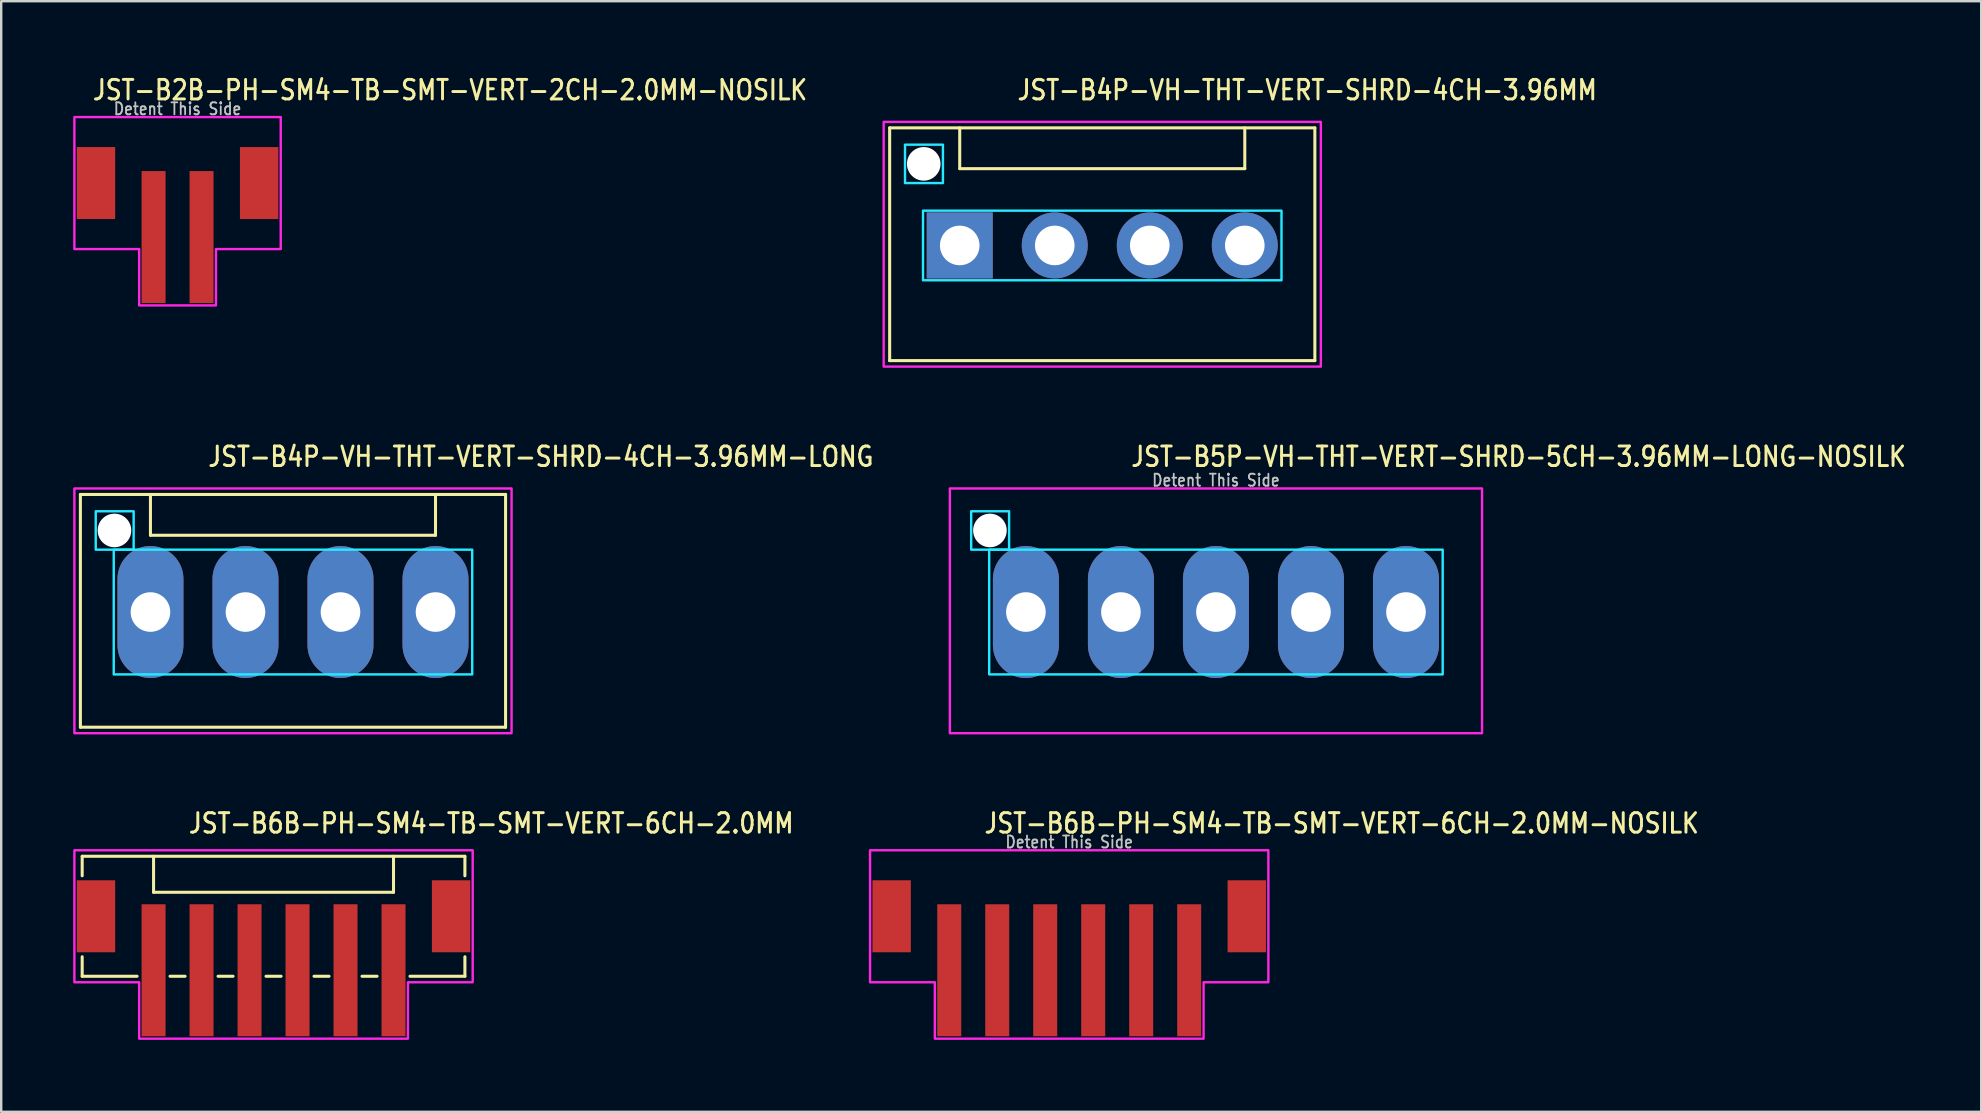
<source format=kicad_pcb>
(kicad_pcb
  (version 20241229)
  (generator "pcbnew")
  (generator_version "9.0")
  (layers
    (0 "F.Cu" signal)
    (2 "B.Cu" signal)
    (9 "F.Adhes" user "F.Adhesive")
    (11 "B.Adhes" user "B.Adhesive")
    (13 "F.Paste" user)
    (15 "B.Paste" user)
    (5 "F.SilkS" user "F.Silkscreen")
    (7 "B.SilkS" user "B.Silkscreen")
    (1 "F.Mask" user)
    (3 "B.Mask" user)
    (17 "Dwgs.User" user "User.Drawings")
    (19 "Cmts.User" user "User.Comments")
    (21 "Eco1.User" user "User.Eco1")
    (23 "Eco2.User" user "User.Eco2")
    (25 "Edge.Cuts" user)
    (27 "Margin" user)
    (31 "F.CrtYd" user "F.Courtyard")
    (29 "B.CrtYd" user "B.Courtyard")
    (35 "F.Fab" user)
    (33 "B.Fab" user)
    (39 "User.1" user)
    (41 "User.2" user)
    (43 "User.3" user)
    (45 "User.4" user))
  (footprint "JST-B5P-VH-THT-VERT-SHRD-5CH-3.96MM-LONG-NOSILK"
    (layer "F.Cu")
    (at 47.625 22.457)
    (property "Reference" "JST-B5P-VH-THT-VERT-SHRD-5CH-3.96MM-LONG-NOSILK" (at -3.6 -6 0) (unlocked yes) (layer "F.SilkS") (effects (font (size 0.813 0.695) (thickness 0.122)) (justify left bottom)))
    (fp_poly (pts (xy -9.45 -2.6) (xy -9.45 2.6) (xy 9.45 2.6) (xy 9.45 -2.6)) (stroke (width 0.1) (type solid)) (fill no) (layer "B.CrtYd"))
    (fp_poly (pts (xy -8.62 -4.2) (xy -8.62 -2.6) (xy -10.2 -2.6) (xy -10.2 -4.2)) (stroke (width 0.1) (type solid)) (fill no) (layer "B.CrtYd"))
    (fp_poly (pts (xy -11.09 -5.15) (xy -11.09 5.05) (xy 11.09 5.05) (xy 11.09 -5.15)) (stroke (width 0.1) (type solid)) (fill no) (layer "F.CrtYd"))
    (fp_text user "Detent This Side" (at 0 -5.2 0) (unlocked yes) (layer "Dwgs.User") (effects (font (size 0.5 0.427) (thickness 0.075)) (justify bottom)))
    (pad "" np_thru_hole circle (at -9.42 -3.4) (size 1.4 1.4) (drill 1.4) (layers "*.Cu" "*.Mask"))
    (pad "P$1" thru_hole oval (at -7.92 0 90) (size 5.5 2.75) (drill 1.65) (layers "*.Cu" "*.Mask"))
    (pad "P$2" thru_hole oval (at -3.96 0 90) (size 5.5 2.75) (drill 1.65) (layers "*.Cu" "*.Mask"))
    (pad "P$3" thru_hole oval (at 0 0 90) (size 5.5 2.75) (drill 1.65) (layers "*.Cu" "*.Mask"))
    (pad "P$4" thru_hole oval (at 3.96 0 90) (size 5.5 2.75) (drill 1.65) (layers "*.Cu" "*.Mask"))
    (pad "P$5" thru_hole oval (at 7.92 0 90) (size 5.5 2.75) (drill 1.65) (layers "*.Cu" "*.Mask")))
  (footprint "JST-B2B-PH-SM4-TB-SMT-VERT-2CH-2.0MM-NOSILK"
    (layer "F.Cu")
    (at 4.35 4.579)
    (property "Reference" "JST-B2B-PH-SM4-TB-SMT-VERT-2CH-2.0MM-NOSILK" (at -3.6 -3.4 0) (unlocked yes) (layer "F.SilkS") (effects (font (size 0.813 0.695) (thickness 0.122)) (justify left bottom)))
    (fp_poly (pts (xy -4.3 -2.75) (xy -4.3 2.75) (xy -1.6 2.75) (xy -1.6 5.1) (xy 1.6 5.1) (xy 1.6 2.75) (xy 4.3 2.75) (xy 4.3 -2.75)) (stroke (width 0.1) (type solid)) (fill no) (layer "F.CrtYd"))
    (fp_text user "Detent This Side" (at 0 -2.8 0) (unlocked yes) (layer "Dwgs.User") (effects (font (size 0.5 0.427) (thickness 0.075)) (justify bottom)))
    (pad "P$1" smd rect (at -1 2.25) (size 1 5.5) (layers "F.Cu" "F.Mask" "F.Paste"))
    (pad "P$2" smd rect (at 1 2.25) (size 1 5.5) (layers "F.Cu" "F.Mask" "F.Paste"))
    (pad "S$1" smd rect (at -3.4 0) (size 1.6 3) (layers "F.Cu" "F.Mask" "F.Paste"))
    (pad "S$2" smd rect (at 3.4 0) (size 1.6 3) (layers "F.Cu" "F.Mask" "F.Paste")))
  (footprint "JST-B6B-PH-SM4-TB-SMT-VERT-6CH-2.0MM-NOSILK"
    (layer "F.Cu")
    (at 41.51 35.136)
    (property "Reference" "JST-B6B-PH-SM4-TB-SMT-VERT-6CH-2.0MM-NOSILK" (at -3.6 -3.4 0) (unlocked yes) (layer "F.SilkS") (effects (font (size 0.813 0.695) (thickness 0.122)) (justify left bottom)))
    (fp_poly (pts (xy -8.3 -2.75) (xy -8.3 2.75) (xy -5.6 2.75) (xy -5.6 5.1) (xy 5.6 5.1) (xy 5.6 2.75) (xy 8.3 2.75) (xy 8.3 -2.75)) (stroke (width 0.1) (type solid)) (fill no) (layer "F.CrtYd"))
    (fp_text user "Detent This Side" (at 0 -2.8 0) (unlocked yes) (layer "Dwgs.User") (effects (font (size 0.5 0.427) (thickness 0.075)) (justify bottom)))
    (pad "P$1" smd rect (at -5 2.25) (size 1 5.5) (layers "F.Cu" "F.Mask" "F.Paste"))
    (pad "P$2" smd rect (at -3 2.25) (size 1 5.5) (layers "F.Cu" "F.Mask" "F.Paste"))
    (pad "P$3" smd rect (at -1 2.25) (size 1 5.5) (layers "F.Cu" "F.Mask" "F.Paste"))
    (pad "P$4" smd rect (at 1 2.25) (size 1 5.5) (layers "F.Cu" "F.Mask" "F.Paste"))
    (pad "P$5" smd rect (at 3 2.25) (size 1 5.5) (layers "F.Cu" "F.Mask" "F.Paste"))
    (pad "P$6" smd rect (at 5 2.25) (size 1 5.5) (layers "F.Cu" "F.Mask" "F.Paste"))
    (pad "S$1" smd rect (at -7.4 0) (size 1.6 3) (layers "F.Cu" "F.Mask" "F.Paste"))
    (pad "S$2" smd rect (at 7.4 0) (size 1.6 3) (layers "F.Cu" "F.Mask" "F.Paste")))
  (footprint "JST-B6B-PH-SM4-TB-SMT-VERT-6CH-2.0MM"
    (layer "F.Cu")
    (at 8.35 35.136)
    (property "Reference" "JST-B6B-PH-SM4-TB-SMT-VERT-6CH-2.0MM" (at -3.6 -3.4 0) (unlocked yes) (layer "F.SilkS") (effects (font (size 0.813 0.695) (thickness 0.122)) (justify left bottom)))
    (fp_line (start -7.975 -2.5) (end -7.975 -1.687) (stroke (width 0.127) (type solid)) (layer "F.SilkS"))
    (fp_line (start -7.975 -2.5) (end 7.975 -2.5) (stroke (width 0.127) (type solid)) (layer "F.SilkS"))
    (fp_line (start -7.975 2.5) (end -7.975 1.687) (stroke (width 0.127) (type solid)) (layer "F.SilkS"))
    (fp_line (start -7.975 2.5) (end -5.686 2.5) (stroke (width 0.127) (type solid)) (layer "F.SilkS"))
    (fp_line (start -5 -2.5) (end -5 -1) (stroke (width 0.127) (type solid)) (layer "F.SilkS"))
    (fp_line (start -5 -1) (end 5 -1) (stroke (width 0.127) (type solid)) (layer "F.SilkS"))
    (fp_line (start -4.314 2.5) (end -3.687 2.5) (stroke (width 0.127) (type solid)) (layer "F.SilkS"))
    (fp_line (start -2.313 2.5) (end -1.687 2.5) (stroke (width 0.127) (type solid)) (layer "F.SilkS"))
    (fp_line (start -0.314 2.5) (end 0.314 2.5) (stroke (width 0.127) (type solid)) (layer "F.SilkS"))
    (fp_line (start 1.687 2.5) (end 2.313 2.5) (stroke (width 0.127) (type solid)) (layer "F.SilkS"))
    (fp_line (start 3.687 2.5) (end 4.314 2.5) (stroke (width 0.127) (type solid)) (layer "F.SilkS"))
    (fp_line (start 5 -1) (end 5 -2.5) (stroke (width 0.127) (type solid)) (layer "F.SilkS"))
    (fp_line (start 5.686 2.5) (end 7.975 2.5) (stroke (width 0.127) (type solid)) (layer "F.SilkS"))
    (fp_line (start 7.975 -1.687) (end 7.975 -2.5) (stroke (width 0.127) (type solid)) (layer "F.SilkS"))
    (fp_line (start 7.975 1.687) (end 7.975 2.5) (stroke (width 0.127) (type solid)) (layer "F.SilkS"))
    (fp_poly (pts (xy -8.3 -2.75) (xy -8.3 2.75) (xy -5.6 2.75) (xy -5.6 5.1) (xy 5.6 5.1) (xy 5.6 2.75) (xy 8.3 2.75) (xy 8.3 -2.75)) (stroke (width 0.1) (type solid)) (fill no) (layer "F.CrtYd"))
    (pad "P$1" smd rect (at -5 2.25) (size 1 5.5) (layers "F.Cu" "F.Mask" "F.Paste"))
    (pad "P$2" smd rect (at -3 2.25) (size 1 5.5) (layers "F.Cu" "F.Mask" "F.Paste"))
    (pad "P$3" smd rect (at -1 2.25) (size 1 5.5) (layers "F.Cu" "F.Mask" "F.Paste"))
    (pad "P$4" smd rect (at 1 2.25) (size 1 5.5) (layers "F.Cu" "F.Mask" "F.Paste"))
    (pad "P$5" smd rect (at 3 2.25) (size 1 5.5) (layers "F.Cu" "F.Mask" "F.Paste"))
    (pad "P$6" smd rect (at 5 2.25) (size 1 5.5) (layers "F.Cu" "F.Mask" "F.Paste"))
    (pad "S$1" smd rect (at -7.4 0) (size 1.6 3) (layers "F.Cu" "F.Mask" "F.Paste"))
    (pad "S$2" smd rect (at 7.4 0) (size 1.6 3) (layers "F.Cu" "F.Mask" "F.Paste")))
  (footprint "JST-B4P-VH-THT-VERT-SHRD-4CH-3.96MM-LONG"
    (layer "F.Cu")
    (at 9.16 22.457)
    (property "Reference" "JST-B4P-VH-THT-VERT-SHRD-4CH-3.96MM-LONG" (at -3.6 -6 0) (unlocked yes) (layer "F.SilkS") (effects (font (size 0.813 0.695) (thickness 0.122)) (justify left bottom)))
    (fp_line (start -8.86 -4.9) (end 8.86 -4.9) (stroke (width 0.127) (type solid)) (layer "F.SilkS"))
    (fp_line (start -8.86 4.8) (end -8.86 -4.9) (stroke (width 0.127) (type solid)) (layer "F.SilkS"))
    (fp_line (start -8.86 4.8) (end 8.86 4.8) (stroke (width 0.127) (type solid)) (layer "F.SilkS"))
    (fp_line (start -5.94 -4.9) (end -5.94 -3.2) (stroke (width 0.127) (type solid)) (layer "F.SilkS"))
    (fp_line (start -5.94 -3.2) (end 5.94 -3.2) (stroke (width 0.127) (type solid)) (layer "F.SilkS"))
    (fp_line (start 5.94 -4.9) (end 5.94 -3.2) (stroke (width 0.127) (type solid)) (layer "F.SilkS"))
    (fp_line (start 8.86 -4.9) (end 8.86 4.8) (stroke (width 0.127) (type solid)) (layer "F.SilkS"))
    (fp_poly (pts (xy -7.47 -2.6) (xy -7.47 2.6) (xy 7.47 2.6) (xy 7.47 -2.6)) (stroke (width 0.1) (type solid)) (fill no) (layer "B.CrtYd"))
    (fp_poly (pts (xy -6.64 -4.2) (xy -6.64 -2.6) (xy -8.22 -2.6) (xy -8.22 -4.2)) (stroke (width 0.1) (type solid)) (fill no) (layer "B.CrtYd"))
    (fp_poly (pts (xy -9.11 -5.15) (xy -9.11 5.05) (xy 9.11 5.05) (xy 9.11 -5.15)) (stroke (width 0.1) (type solid)) (fill no) (layer "F.CrtYd"))
    (pad "" np_thru_hole circle (at -7.44 -3.4) (size 1.4 1.4) (drill 1.4) (layers "*.Cu" "*.Mask"))
    (pad "P$1" thru_hole oval (at -5.94 0 90) (size 5.5 2.75) (drill 1.65) (layers "*.Cu" "*.Mask"))
    (pad "P$2" thru_hole oval (at -1.98 0 90) (size 5.5 2.75) (drill 1.65) (layers "*.Cu" "*.Mask"))
    (pad "P$3" thru_hole oval (at 1.98 0 90) (size 5.5 2.75) (drill 1.65) (layers "*.Cu" "*.Mask"))
    (pad "P$4" thru_hole oval (at 5.94 0 90) (size 5.5 2.75) (drill 1.65) (layers "*.Cu" "*.Mask")))
  (footprint "JST-B4P-VH-THT-VERT-SHRD-4CH-3.96MM"
    (layer "F.Cu")
    (at 42.887 7.179)
    (property "Reference" "JST-B4P-VH-THT-VERT-SHRD-4CH-3.96MM" (at -3.6 -6 0) (unlocked yes) (layer "F.SilkS") (effects (font (size 0.813 0.695) (thickness 0.122)) (justify left bottom)))
    (fp_line (start -8.86 -4.9) (end 8.86 -4.9) (stroke (width 0.127) (type solid)) (layer "F.SilkS"))
    (fp_line (start -8.86 4.8) (end -8.86 -4.9) (stroke (width 0.127) (type solid)) (layer "F.SilkS"))
    (fp_line (start -8.86 4.8) (end 8.86 4.8) (stroke (width 0.127) (type solid)) (layer "F.SilkS"))
    (fp_line (start -5.94 -4.9) (end -5.94 -3.2) (stroke (width 0.127) (type solid)) (layer "F.SilkS"))
    (fp_line (start -5.94 -3.2) (end 5.94 -3.2) (stroke (width 0.127) (type solid)) (layer "F.SilkS"))
    (fp_line (start 5.94 -4.9) (end 5.94 -3.2) (stroke (width 0.127) (type solid)) (layer "F.SilkS"))
    (fp_line (start 8.86 -4.9) (end 8.86 4.8) (stroke (width 0.127) (type solid)) (layer "F.SilkS"))
    (fp_poly (pts (xy -7.47 -1.45) (xy -7.47 1.45) (xy 7.47 1.45) (xy 7.47 -1.45)) (stroke (width 0.1) (type solid)) (fill no) (layer "B.CrtYd"))
    (fp_poly (pts (xy -6.64 -4.2) (xy -6.64 -2.6) (xy -8.22 -2.6) (xy -8.22 -4.2)) (stroke (width 0.1) (type solid)) (fill no) (layer "B.CrtYd"))
    (fp_poly (pts (xy -9.11 -5.15) (xy -9.11 5.05) (xy 9.11 5.05) (xy 9.11 -5.15)) (stroke (width 0.1) (type solid)) (fill no) (layer "F.CrtYd"))
    (pad "" np_thru_hole circle (at -7.44 -3.4) (size 1.4 1.4) (drill 1.4) (layers "*.Cu" "*.Mask"))
    (pad "P$1" thru_hole rect (at -5.94 0) (size 2.75 2.75) (drill 1.65) (layers "*.Cu" "*.Mask"))
    (pad "P$2" thru_hole oval (at -1.98 0) (size 2.75 2.75) (drill 1.65) (layers "*.Cu" "*.Mask"))
    (pad "P$3" thru_hole oval (at 1.98 0) (size 2.75 2.75) (drill 1.65) (layers "*.Cu" "*.Mask"))
    (pad "P$4" thru_hole oval (at 5.94 0) (size 2.75 2.75) (drill 1.65) (layers "*.Cu" "*.Mask")))
  (gr_rect
    (start -3 -3)
    (end 79.517 43.286)
    (stroke (width 0.1) (type default))
    (fill no)
    (layer "Edge.Cuts")))
</source>
